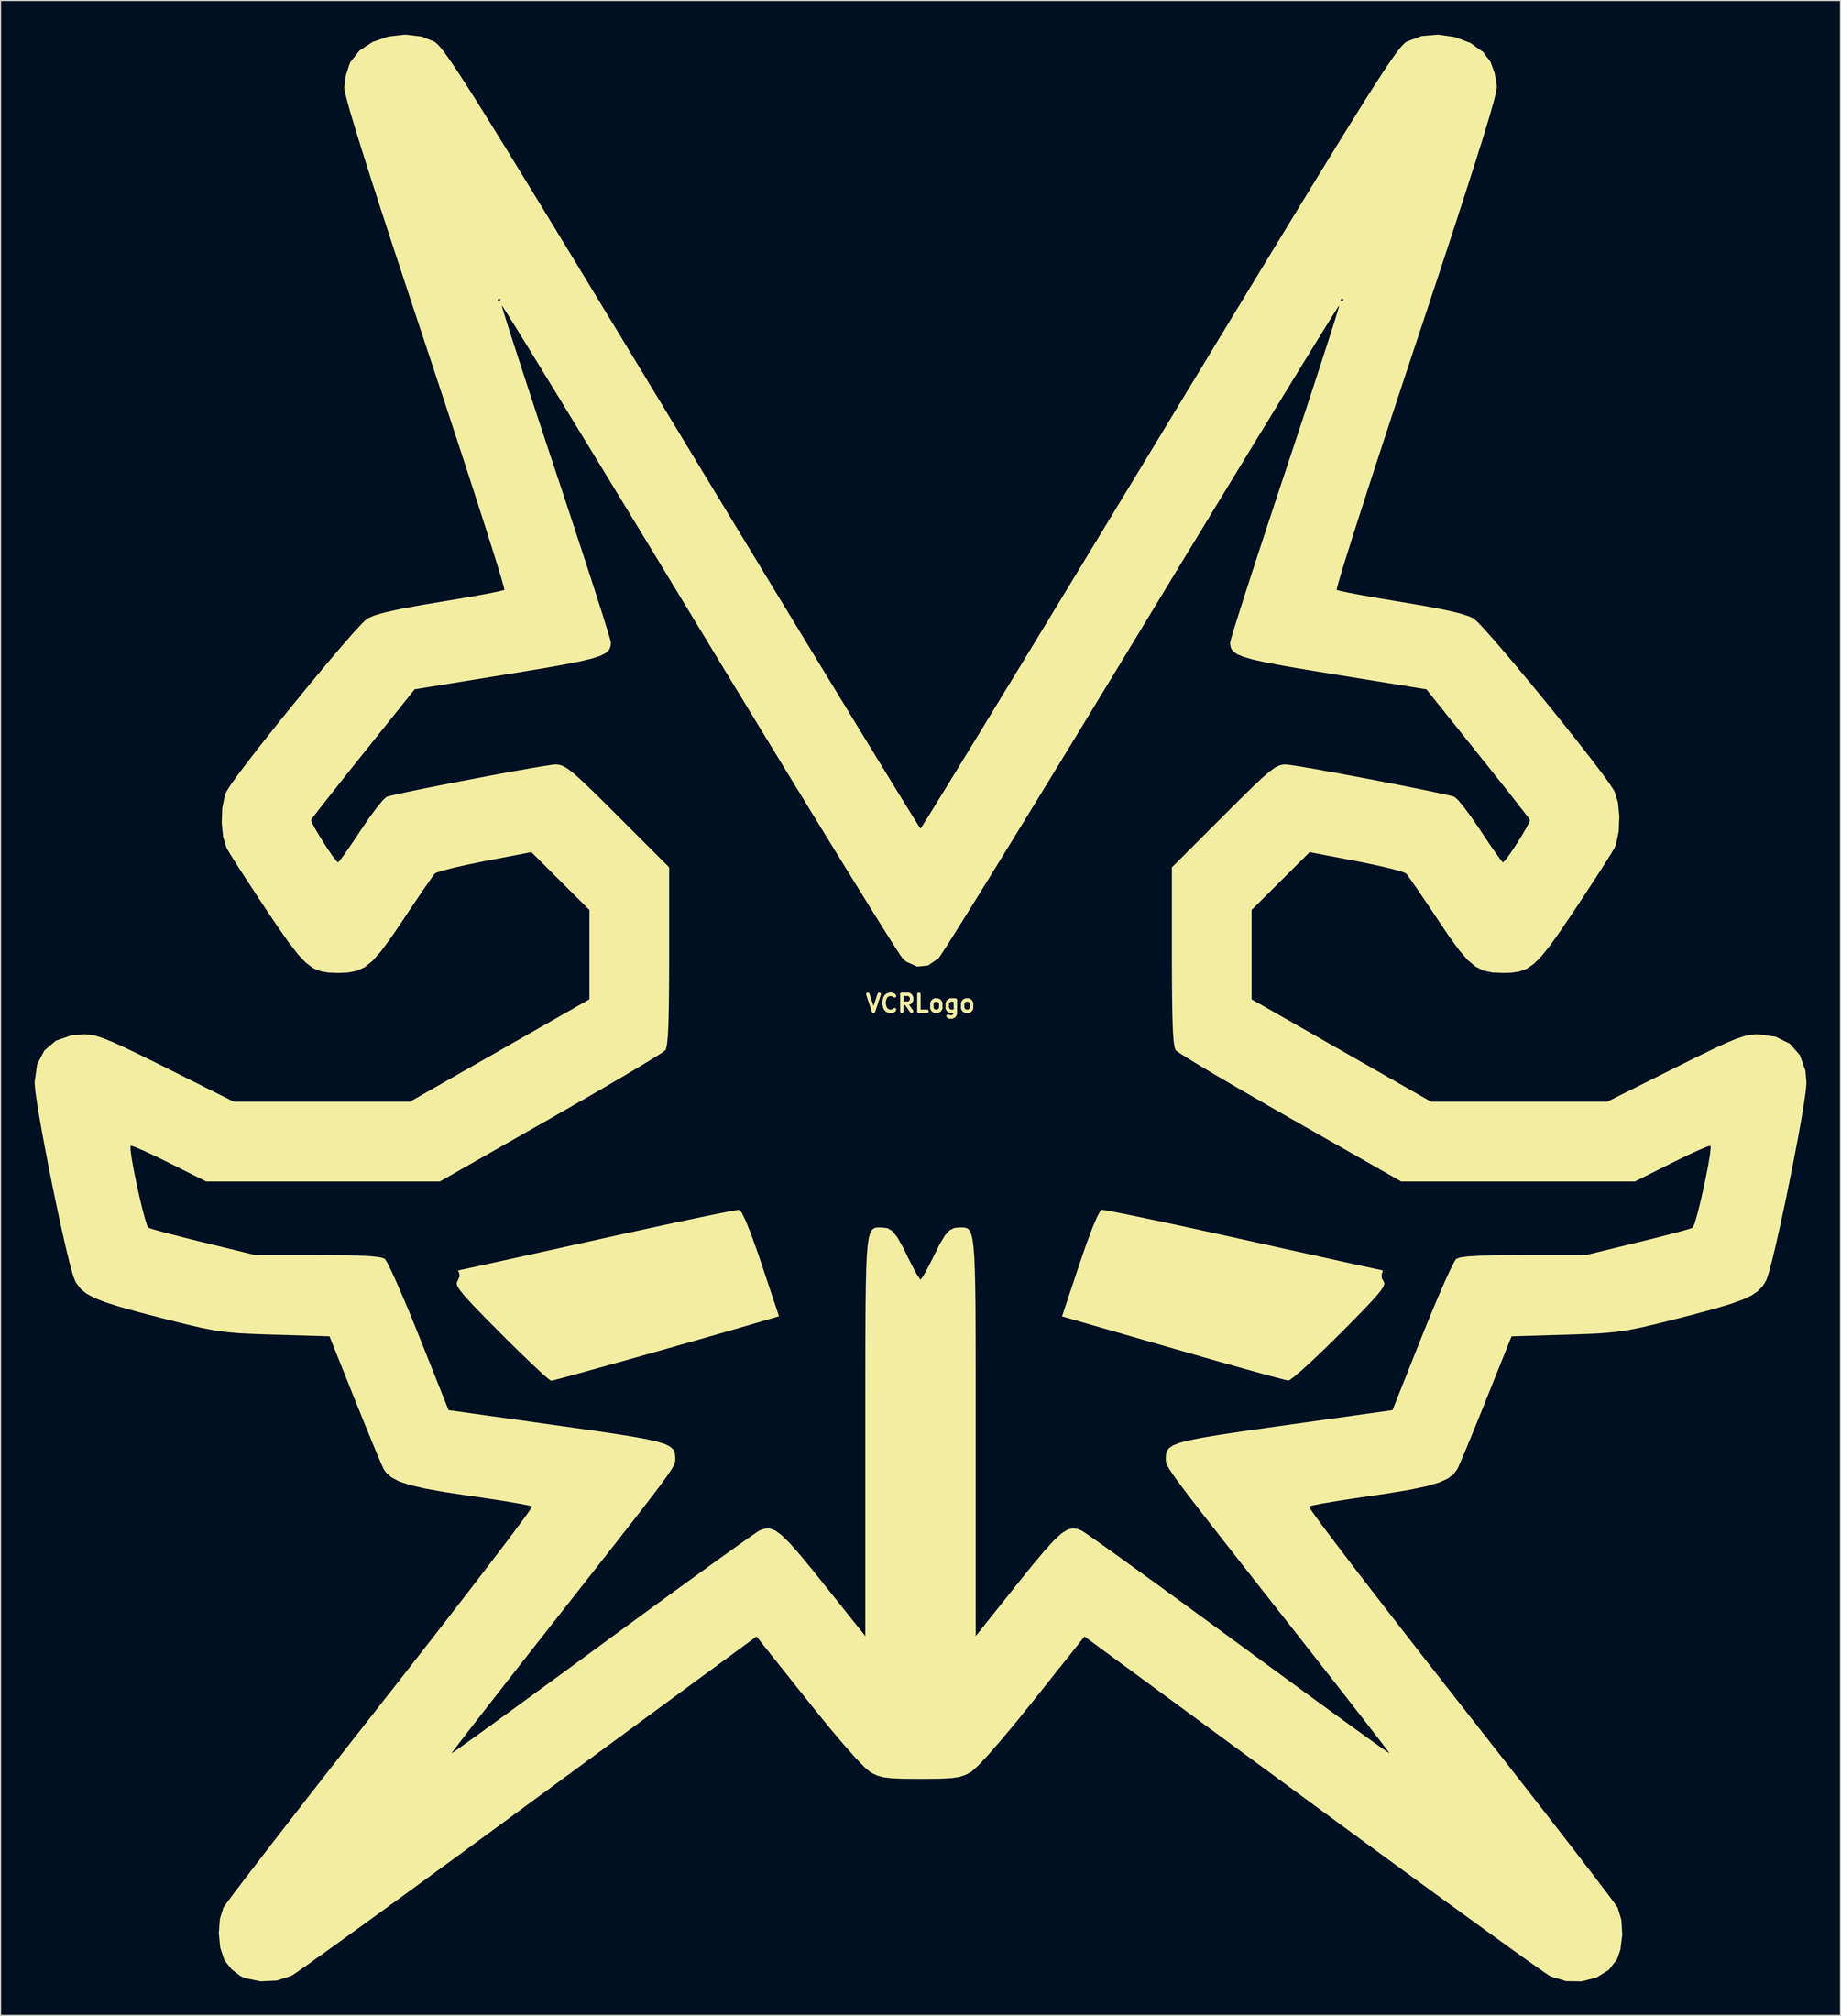
<source format=kicad_pcb>
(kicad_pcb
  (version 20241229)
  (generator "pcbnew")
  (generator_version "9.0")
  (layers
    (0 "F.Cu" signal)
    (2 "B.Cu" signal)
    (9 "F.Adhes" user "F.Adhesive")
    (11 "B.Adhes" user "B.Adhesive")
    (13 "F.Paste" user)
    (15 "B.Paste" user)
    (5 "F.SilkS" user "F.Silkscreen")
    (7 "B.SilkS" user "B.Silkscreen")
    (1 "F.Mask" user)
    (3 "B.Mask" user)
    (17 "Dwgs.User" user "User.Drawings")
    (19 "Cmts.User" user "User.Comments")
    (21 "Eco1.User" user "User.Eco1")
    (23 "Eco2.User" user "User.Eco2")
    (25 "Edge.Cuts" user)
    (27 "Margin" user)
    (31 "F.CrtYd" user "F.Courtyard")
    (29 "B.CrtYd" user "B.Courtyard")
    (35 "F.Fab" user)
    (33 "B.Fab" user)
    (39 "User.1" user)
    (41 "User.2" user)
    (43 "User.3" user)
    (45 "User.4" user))
  (footprint "VCRLogo"
    (layer "F.Cu")
    (at 78.092 85.391)
    (property "Reference" "VCRLogo" (at 0 0 0) (layer "F.SilkS") (effects (font (size 1.5 1.5) (thickness 0.3))))
    (attr board_only exclude_from_pos_files exclude_from_bom)
    (fp_poly (pts (xy -15.74 18.448) (xy -15.384 19.199) (xy -14.918 20.371) (xy -14.362 21.916) (xy -14.029 22.896) (xy -12.474 27.552) (xy -14.276 28.082) (xy -15.77 28.519) (xy -17.499 29.019) (xy -19.393 29.563) (xy -21.385 30.131) (xy -23.405 30.704) (xy -25.384 31.264) (xy -27.254 31.789) (xy -28.946 32.262) (xy -30.392 32.662) (xy -31.522 32.971) (xy -32.268 33.169) (xy -32.56 33.236) (xy -32.824 33.053) (xy -33.409 32.54) (xy -34.254 31.752) (xy -35.301 30.745) (xy -36.491 29.575) (xy -37.002 29.065) (xy -38.385 27.671) (xy -39.419 26.604) (xy -40.146 25.814) (xy -40.606 25.252) (xy -40.839 24.869) (xy -40.888 24.617) (xy -40.826 24.483) (xy -40.621 24.019) (xy -40.66 23.791) (xy -40.762 23.528) (xy -40.739 23.509) (xy -40.464 23.452) (xy -39.714 23.289) (xy -38.542 23.031) (xy -37 22.691) (xy -35.141 22.279) (xy -33.018 21.808) (xy -30.682 21.288) (xy -28.496 20.802) (xy -26.005 20.25) (xy -23.67 19.739) (xy -21.545 19.281) (xy -19.684 18.886) (xy -18.14 18.566) (xy -16.969 18.333) (xy -16.224 18.197) (xy -15.966 18.167)) (stroke (width 0) (type solid)) (fill yes) (layer "F.SilkS"))
    (fp_poly (pts (xy 16.301 18.21) (xy 17.108 18.36) (xy 18.335 18.606) (xy 19.926 18.937) (xy 21.828 19.341) (xy 23.985 19.808) (xy 26.345 20.325) (xy 28.496 20.802) (xy 30.974 21.354) (xy 33.287 21.868) (xy 35.382 22.332) (xy 37.205 22.736) (xy 38.705 23.067) (xy 39.828 23.314) (xy 40.524 23.464) (xy 40.739 23.509) (xy 40.717 23.687) (xy 40.66 23.791) (xy 40.665 24.205) (xy 40.826 24.483) (xy 40.891 24.668) (xy 40.802 24.947) (xy 40.517 25.368) (xy 39.997 25.981) (xy 39.2 26.833) (xy 38.086 27.974) (xy 37.002 29.065) (xy 35.763 30.287) (xy 34.634 31.366) (xy 33.674 32.246) (xy 32.945 32.872) (xy 32.508 33.189) (xy 32.429 33.217) (xy 32.077 33.14) (xy 31.272 32.93) (xy 30.079 32.606) (xy 28.565 32.185) (xy 26.795 31.686) (xy 24.835 31.128) (xy 23.779 30.824) (xy 21.68 30.219) (xy 19.679 29.643) (xy 17.853 29.116) (xy 16.281 28.662) (xy 15.04 28.304) (xy 14.209 28.064) (xy 14.005 28.005) (xy 12.472 27.559) (xy 14.028 22.899) (xy 14.624 21.171) (xy 15.142 19.789) (xy 15.56 18.802) (xy 15.86 18.259) (xy 15.966 18.167)) (stroke (width 0) (type solid)) (fill yes) (layer "F.SilkS"))
    (fp_poly (pts (xy -43.974 -85.219) (xy -42.864 -84.775) (xy -42.7 -84.658) (xy -42.5 -84.466) (xy -42.248 -84.176) (xy -41.933 -83.767) (xy -41.539 -83.218) (xy -41.054 -82.506) (xy -40.463 -81.609) (xy -39.754 -80.506) (xy -38.912 -79.174) (xy -37.924 -77.593) (xy -36.775 -75.739) (xy -35.454 -73.592) (xy -33.945 -71.13) (xy -32.235 -68.33) (xy -30.31 -65.171) (xy -28.158 -61.631) (xy -25.763 -57.688) (xy -23.113 -53.32) (xy -20.977 -49.797) (xy -18.583 -45.85) (xy -16.264 -42.03) (xy -14.037 -38.365) (xy -11.918 -34.878) (xy -9.92 -31.595) (xy -8.06 -28.542) (xy -6.354 -25.744) (xy -4.817 -23.226) (xy -3.464 -21.014) (xy -2.311 -19.134) (xy -1.373 -17.609) (xy -0.666 -16.467) (xy -0.206 -15.732) (xy -0.007 -15.429) (xy 0 -15.423) (xy 0.153 -15.649) (xy 0.571 -16.313) (xy 1.237 -17.389) (xy 2.137 -18.85) (xy 3.255 -20.673) (xy 4.575 -22.83) (xy 6.082 -25.298) (xy 7.761 -28.051) (xy 9.596 -31.062) (xy 11.571 -34.308) (xy 13.671 -37.762) (xy 15.881 -41.399) (xy 18.185 -45.195) (xy 20.568 -49.122) (xy 20.977 -49.797) (xy 23.825 -54.493) (xy 26.407 -58.749) (xy 28.391 -62.014) (xy 37.019 -62.014) (xy 37.154 -61.879) (xy 37.289 -62.014) (xy 37.154 -62.149) (xy 37.019 -62.014) (xy 28.391 -62.014) (xy 28.738 -62.585) (xy 30.83 -66.025) (xy 32.698 -69.089) (xy 34.354 -71.799) (xy 35.813 -74.178) (xy 37.089 -76.247) (xy 38.194 -78.027) (xy 39.143 -79.542) (xy 39.95 -80.812) (xy 40.627 -81.86) (xy 41.189 -82.707) (xy 41.649 -83.375) (xy 42.021 -83.886) (xy 42.319 -84.262) (xy 42.556 -84.524) (xy 42.746 -84.695) (xy 42.864 -84.775) (xy 44.173 -85.266) (xy 45.634 -85.387) (xy 47.113 -85.172) (xy 48.475 -84.651) (xy 49.589 -83.858) (xy 50.244 -82.986) (xy 50.604 -82.004) (xy 50.792 -80.948) (xy 50.8 -80.735) (xy 50.725 -80.274) (xy 50.499 -79.387) (xy 50.119 -78.064) (xy 49.581 -76.296) (xy 48.881 -74.072) (xy 48.018 -71.383) (xy 46.988 -68.218) (xy 45.788 -64.568) (xy 44.414 -60.423) (xy 43.642 -58.104) (xy 42.554 -54.833) (xy 41.522 -51.708) (xy 40.556 -48.77) (xy 39.669 -46.055) (xy 38.875 -43.601) (xy 38.183 -41.446) (xy 37.608 -39.629) (xy 37.16 -38.186) (xy 36.853 -37.156) (xy 36.698 -36.577) (xy 36.684 -36.46) (xy 37 -36.366) (xy 37.767 -36.204) (xy 38.902 -35.989) (xy 40.322 -35.737) (xy 41.944 -35.463) (xy 42.336 -35.399) (xy 44.539 -35.024) (xy 46.249 -34.693) (xy 47.51 -34.396) (xy 48.368 -34.122) (xy 48.748 -33.942) (xy 49.124 -33.609) (xy 49.781 -32.91) (xy 50.668 -31.907) (xy 51.735 -30.663) (xy 52.932 -29.239) (xy 54.208 -27.697) (xy 55.513 -26.099) (xy 56.796 -24.506) (xy 58.008 -22.98) (xy 59.097 -21.583) (xy 60.014 -20.378) (xy 60.707 -19.425) (xy 61.127 -18.786) (xy 61.177 -18.696) (xy 61.477 -17.727) (xy 61.6 -16.479) (xy 61.546 -15.183) (xy 61.316 -14.068) (xy 61.169 -13.715) (xy 60.887 -13.234) (xy 60.357 -12.388) (xy 59.632 -11.259) (xy 58.766 -9.931) (xy 57.813 -8.488) (xy 57.643 -8.233) (xy 56.471 -6.496) (xy 55.525 -5.164) (xy 54.743 -4.185) (xy 54.065 -3.504) (xy 53.43 -3.069) (xy 52.777 -2.826) (xy 52.046 -2.721) (xy 51.34 -2.702) (xy 50.416 -2.743) (xy 49.64 -2.905) (xy 48.941 -3.247) (xy 48.247 -3.826) (xy 47.487 -4.702) (xy 46.589 -5.933) (xy 45.606 -7.389) (xy 44.754 -8.666) (xy 43.989 -9.796) (xy 43.369 -10.697) (xy 42.949 -11.286) (xy 42.802 -11.47) (xy 42.445 -11.622) (xy 41.655 -11.846) (xy 40.532 -12.115) (xy 39.177 -12.405) (xy 38.403 -12.559) (xy 34.301 -13.349) (xy 31.742 -10.8) (xy 29.183 -8.252) (xy 29.183 -4.316) (xy 29.183 -0.38) (xy 37.094 4.133) (xy 45.005 8.647) (xy 52.769 8.647) (xy 60.532 8.647) (xy 66.472 5.674) (xy 68.372 4.73) (xy 69.862 4.006) (xy 71.013 3.474) (xy 71.893 3.107) (xy 72.573 2.875) (xy 73.122 2.75) (xy 73.611 2.705) (xy 73.777 2.702) (xy 75.374 2.915) (xy 76.628 3.538) (xy 77.513 4.543) (xy 78 5.905) (xy 78.092 6.967) (xy 78.036 7.657) (xy 77.879 8.769) (xy 77.638 10.218) (xy 77.33 11.918) (xy 76.974 13.785) (xy 76.586 15.732) (xy 76.184 17.675) (xy 75.785 19.528) (xy 75.407 21.205) (xy 75.067 22.622) (xy 74.782 23.692) (xy 74.57 24.331) (xy 74.541 24.393) (xy 74.236 24.892) (xy 73.832 25.322) (xy 73.264 25.71) (xy 72.466 26.087) (xy 71.373 26.478) (xy 69.92 26.913) (xy 68.042 27.419) (xy 66.743 27.754) (xy 64.956 28.204) (xy 63.548 28.537) (xy 62.374 28.773) (xy 61.29 28.933) (xy 60.153 29.039) (xy 58.818 29.109) (xy 57.141 29.167) (xy 56.92 29.173) (xy 52.097 29.318) (xy 49.876 34.857) (xy 49.21 36.51) (xy 48.593 38.023) (xy 48.059 39.313) (xy 47.644 40.297) (xy 47.381 40.894) (xy 47.327 41.004) (xy 46.982 41.469) (xy 46.451 41.866) (xy 45.671 42.213) (xy 44.582 42.532) (xy 43.119 42.84) (xy 41.22 43.157) (xy 39.721 43.379) (xy 38.09 43.618) (xy 36.643 43.844) (xy 35.465 44.044) (xy 34.641 44.201) (xy 34.255 44.302) (xy 34.242 44.31) (xy 34.372 44.546) (xy 34.813 45.173) (xy 35.54 46.16) (xy 36.529 47.476) (xy 37.755 49.088) (xy 39.193 50.963) (xy 40.82 53.071) (xy 42.611 55.379) (xy 44.541 57.855) (xy 46.585 60.468) (xy 47.528 61.669) (xy 49.633 64.351) (xy 51.648 66.926) (xy 53.547 69.358) (xy 55.303 71.615) (xy 56.892 73.662) (xy 58.286 75.467) (xy 59.459 76.995) (xy 60.387 78.214) (xy 61.042 79.088) (xy 61.398 79.585) (xy 61.452 79.671) (xy 61.779 80.744) (xy 61.858 82.056) (xy 61.69 83.366) (xy 61.411 84.189) (xy 60.673 85.149) (xy 59.592 85.817) (xy 58.297 86.159) (xy 56.919 86.143) (xy 55.588 85.738) (xy 55.45 85.668) (xy 55.089 85.433) (xy 54.325 84.901) (xy 53.19 84.095) (xy 51.718 83.039) (xy 49.941 81.756) (xy 47.891 80.271) (xy 45.6 78.606) (xy 43.101 76.785) (xy 40.427 74.832) (xy 37.61 72.769) (xy 34.682 70.622) (xy 34.452 70.453) (xy 14.456 55.768) (xy 9.925 61.458) (xy 8.432 63.308) (xy 7.112 64.89) (xy 6 66.166) (xy 5.131 67.097) (xy 4.537 67.644) (xy 4.409 67.733) (xy 3.934 67.98) (xy 3.419 68.147) (xy 2.748 68.248) (xy 1.803 68.3) (xy 0.468 68.317) (xy 0 68.317) (xy -1.467 68.307) (xy -2.511 68.267) (xy -3.249 68.182) (xy -3.796 68.035) (xy -4.271 67.812) (xy -4.409 67.733) (xy -4.905 67.319) (xy -5.689 66.509) (xy -6.725 65.342) (xy -7.981 63.855) (xy -9.421 62.088) (xy -9.925 61.458) (xy -14.456 55.768) (xy -34.452 70.453) (xy -37.387 72.607) (xy -40.214 74.676) (xy -42.901 76.639) (xy -45.414 78.471) (xy -47.722 80.149) (xy -49.792 81.649) (xy -51.592 82.948) (xy -53.089 84.022) (xy -54.25 84.848) (xy -55.044 85.402) (xy -55.438 85.661) (xy -55.45 85.668) (xy -56.727 86.086) (xy -58.161 86.158) (xy -59.514 85.883) (xy -59.96 85.686) (xy -60.726 85.097) (xy -61.338 84.331) (xy -61.367 84.279) (xy -61.726 83.202) (xy -61.856 81.902) (xy -61.753 80.62) (xy -61.452 79.671) (xy -61.221 79.333) (xy -60.682 78.605) (xy -59.86 77.52) (xy -58.781 76.111) (xy -57.472 74.412) (xy -55.958 72.457) (xy -54.265 70.28) (xy -52.42 67.913) (xy -50.448 65.391) (xy -48.376 62.748) (xy -47.528 61.669) (xy -45.44 59.006) (xy -43.456 56.465) (xy -41.6 54.078) (xy -39.897 51.877) (xy -38.372 49.894) (xy -37.048 48.16) (xy -35.95 46.709) (xy -35.104 45.571) (xy -34.532 44.779) (xy -34.26 44.365) (xy -34.242 44.31) (xy -34.563 44.218) (xy -35.335 44.067) (xy -36.471 43.872) (xy -37.888 43.649) (xy -39.5 43.41) (xy -39.721 43.379) (xy -41.937 43.044) (xy -43.676 42.732) (xy -45.002 42.423) (xy -45.976 42.096) (xy -46.661 41.734) (xy -47.12 41.315) (xy -47.327 41.004) (xy -47.522 40.581) (xy -47.881 39.738) (xy -48.373 38.557) (xy -48.961 37.122) (xy -49.612 35.514) (xy -49.876 34.857) (xy -52.097 29.318) (xy -56.92 29.173) (xy -58.646 29.116) (xy -60.013 29.048) (xy -61.165 28.948) (xy -62.248 28.795) (xy -63.404 28.569) (xy -64.778 28.248) (xy -66.514 27.812) (xy -66.743 27.754) (xy -68.895 27.194) (xy -70.585 26.721) (xy -71.877 26.308) (xy -72.837 25.927) (xy -73.529 25.549) (xy -74.02 25.146) (xy -74.374 24.69) (xy -74.541 24.393) (xy -74.739 23.839) (xy -75.012 22.838) (xy -75.344 21.476) (xy -75.717 19.837) (xy -76.114 18.008) (xy -76.517 16.073) (xy -76.908 14.118) (xy -77.153 12.844) (xy -69.644 12.844) (xy -69.549 13.565) (xy -69.371 14.567) (xy -69.136 15.731) (xy -68.871 16.935) (xy -68.602 18.059) (xy -68.355 18.981) (xy -68.157 19.582) (xy -68.062 19.745) (xy -67.712 19.867) (xy -66.929 20.09) (xy -65.804 20.389) (xy -64.429 20.74) (xy -63.206 21.043) (xy -58.648 22.157) (xy -53.155 22.157) (xy -51.078 22.169) (xy -49.495 22.204) (xy -48.359 22.266) (xy -47.624 22.357) (xy -47.243 22.48) (xy -47.221 22.495) (xy -47.005 22.83) (xy -46.625 23.598) (xy -46.113 24.727) (xy -45.499 26.147) (xy -44.816 27.787) (xy -44.193 29.327) (xy -41.604 35.821) (xy -32.084 37.163) (xy -29.442 37.538) (xy -27.287 37.854) (xy -25.568 38.125) (xy -24.236 38.365) (xy -23.243 38.587) (xy -22.539 38.806) (xy -22.073 39.036) (xy -21.798 39.29) (xy -21.663 39.582) (xy -21.62 39.927) (xy -21.617 40.11) (xy -21.62 40.262) (xy -21.644 40.42) (xy -21.714 40.617) (xy -21.851 40.882) (xy -22.081 41.248) (xy -22.425 41.747) (xy -22.909 42.408) (xy -23.555 43.265) (xy -24.387 44.349) (xy -25.427 45.69) (xy -26.701 47.32) (xy -28.231 49.271) (xy -30.04 51.574) (xy -32.152 54.26) (xy -32.89 55.198) (xy -34.536 57.293) (xy -36.076 59.258) (xy -37.48 61.053) (xy -38.714 62.636) (xy -39.747 63.966) (xy -40.549 65.005) (xy -41.088 65.711) (xy -41.331 66.043) (xy -41.343 66.063) (xy -41.131 65.929) (xy -40.522 65.501) (xy -39.552 64.808) (xy -38.258 63.875) (xy -36.679 62.73) (xy -34.85 61.401) (xy -32.811 59.913) (xy -30.597 58.295) (xy -28.247 56.572) (xy -28.072 56.444) (xy -25.692 54.7) (xy -23.428 53.048) (xy -21.32 51.514) (xy -19.408 50.129) (xy -17.733 48.92) (xy -16.332 47.917) (xy -15.247 47.147) (xy -14.516 46.64) (xy -14.179 46.424) (xy -14.176 46.423) (xy -13.721 46.264) (xy -13.28 46.253) (xy -12.805 46.432) (xy -12.242 46.844) (xy -11.543 47.531) (xy -10.656 48.536) (xy -9.531 49.899) (xy -8.568 51.098) (xy -4.864 55.737) (xy -4.864 38.156) (xy -4.864 34.552) (xy -4.863 31.45) (xy -4.857 28.814) (xy -4.844 26.605) (xy -4.82 24.786) (xy -4.783 23.318) (xy -4.729 22.165) (xy -4.655 21.288) (xy -4.558 20.65) (xy -4.436 20.213) (xy -4.285 19.94) (xy -4.102 19.792) (xy -3.884 19.732) (xy -3.628 19.722) (xy -3.378 19.726) (xy -2.894 19.791) (xy -2.478 20.043) (xy -2.058 20.567) (xy -1.561 21.445) (xy -1.096 22.384) (xy -0.642 23.288) (xy -0.264 23.967) (xy -0.03 24.302) (xy 0 24.319) (xy 0.186 24.093) (xy 0.532 23.494) (xy 0.973 22.637) (xy 1.096 22.384) (xy 1.697 21.186) (xy 2.168 20.405) (xy 2.58 19.958) (xy 3.006 19.76) (xy 3.378 19.726) (xy 3.668 19.722) (xy 3.918 19.737) (xy 4.131 19.807) (xy 4.309 19.971) (xy 4.456 20.267) (xy 4.574 20.731) (xy 4.667 21.402) (xy 4.738 22.318) (xy 4.789 23.515) (xy 4.825 25.033) (xy 4.847 26.907) (xy 4.858 29.177) (xy 4.863 31.88) (xy 4.864 35.054) (xy 4.864 38.156) (xy 4.864 55.737) (xy 8.568 51.098) (xy 9.892 49.455) (xy 10.942 48.203) (xy 11.768 47.297) (xy 12.421 46.696) (xy 12.952 46.357) (xy 13.412 46.238) (xy 13.852 46.298) (xy 14.176 46.423) (xy 14.501 46.63) (xy 15.222 47.13) (xy 16.299 47.893) (xy 17.691 48.89) (xy 19.36 50.094) (xy 21.266 51.475) (xy 23.369 53.005) (xy 25.629 54.655) (xy 28.007 56.397) (xy 28.072 56.444) (xy 30.431 58.173) (xy 32.656 59.8) (xy 34.709 61.298) (xy 36.554 62.64) (xy 38.153 63.799) (xy 39.468 64.748) (xy 40.463 65.46) (xy 41.1 65.907) (xy 41.341 66.064) (xy 41.343 66.063) (xy 41.181 65.834) (xy 40.715 65.221) (xy 39.979 64.265) (xy 39.002 63.006) (xy 37.817 61.485) (xy 36.454 59.741) (xy 34.946 57.816) (xy 33.325 55.751) (xy 32.89 55.198) (xy 30.676 52.383) (xy 28.773 49.962) (xy 27.157 47.903) (xy 25.805 46.174) (xy 24.693 44.745) (xy 23.798 43.583) (xy 23.095 42.658) (xy 22.563 41.937) (xy 22.176 41.39) (xy 21.913 40.986) (xy 21.749 40.692) (xy 21.66 40.477) (xy 21.624 40.31) (xy 21.617 40.16) (xy 21.617 40.11) (xy 21.635 39.737) (xy 21.72 39.421) (xy 21.923 39.151) (xy 22.293 38.912) (xy 22.879 38.689) (xy 23.731 38.47) (xy 24.897 38.241) (xy 26.428 37.986) (xy 28.372 37.693) (xy 30.779 37.348) (xy 32.084 37.163) (xy 41.604 35.821) (xy 44.193 29.327) (xy 44.911 27.555) (xy 45.586 25.942) (xy 46.188 24.557) (xy 46.685 23.472) (xy 47.045 22.758) (xy 47.221 22.495) (xy 47.568 22.368) (xy 48.263 22.274) (xy 49.354 22.209) (xy 50.888 22.171) (xy 52.91 22.158) (xy 53.155 22.157) (xy 58.648 22.157) (xy 63.206 21.043) (xy 64.715 20.668) (xy 66.048 20.325) (xy 67.113 20.039) (xy 67.818 19.834) (xy 68.062 19.745) (xy 68.212 19.436) (xy 68.428 18.721) (xy 68.685 17.723) (xy 68.956 16.561) (xy 69.214 15.357) (xy 69.434 14.231) (xy 69.589 13.303) (xy 69.653 12.695) (xy 69.631 12.526) (xy 69.356 12.593) (xy 68.692 12.866) (xy 67.732 13.305) (xy 66.567 13.869) (xy 66.235 14.035) (xy 62.968 15.672) (xy 52.67 15.672) (xy 42.371 15.672) (xy 32.602 10.108) (xy 30.494 8.902) (xy 28.525 7.764) (xy 26.748 6.727) (xy 25.214 5.82) (xy 23.973 5.073) (xy 23.077 4.517) (xy 22.578 4.183) (xy 22.495 4.112) (xy 22.39 3.828) (xy 22.307 3.248) (xy 22.244 2.326) (xy 22.199 1.018) (xy 22.172 -0.72) (xy 22.159 -2.933) (xy 22.157 -4.164) (xy 22.157 -12.007) (xy 26.692 -16.542) (xy 28.14 -17.984) (xy 29.265 -19.086) (xy 30.122 -19.891) (xy 30.765 -20.447) (xy 31.25 -20.798) (xy 31.632 -20.989) (xy 31.964 -21.066) (xy 32.179 -21.077) (xy 32.64 -21.025) (xy 33.541 -20.883) (xy 34.793 -20.666) (xy 36.307 -20.392) (xy 37.993 -20.078) (xy 39.763 -19.742) (xy 41.526 -19.399) (xy 43.195 -19.068) (xy 44.679 -18.766) (xy 45.889 -18.508) (xy 46.737 -18.314) (xy 47.053 -18.228) (xy 47.365 -17.958) (xy 47.892 -17.323) (xy 48.563 -16.416) (xy 49.306 -15.332) (xy 49.351 -15.263) (xy 50.065 -14.191) (xy 50.674 -13.306) (xy 51.117 -12.695) (xy 51.334 -12.442) (xy 51.34 -12.44) (xy 51.562 -12.653) (xy 51.965 -13.2) (xy 52.464 -13.945) (xy 52.973 -14.753) (xy 53.405 -15.489) (xy 53.675 -16.016) (xy 53.72 -16.19) (xy 53.536 -16.448) (xy 53.057 -17.07) (xy 52.331 -17.999) (xy 51.4 -19.178) (xy 50.31 -20.549) (xy 49.115 -22.046) (xy 44.593 -27.697) (xy 36.438 -29.025) (xy 33.98 -29.43) (xy 32.003 -29.771) (xy 30.456 -30.063) (xy 29.288 -30.324) (xy 28.446 -30.568) (xy 27.877 -30.812) (xy 27.531 -31.071) (xy 27.354 -31.362) (xy 27.294 -31.7) (xy 27.291 -31.82) (xy 27.375 -32.158) (xy 27.615 -32.961) (xy 27.997 -34.182) (xy 28.505 -35.772) (xy 29.123 -37.685) (xy 29.837 -39.872) (xy 30.631 -42.287) (xy 31.49 -44.882) (xy 32.15 -46.867) (xy 33.043 -49.55) (xy 33.879 -52.076) (xy 34.644 -54.4) (xy 35.323 -56.476) (xy 35.9 -58.257) (xy 36.362 -59.698) (xy 36.693 -60.754) (xy 36.879 -61.377) (xy 36.913 -61.534) (xy 36.764 -61.32) (xy 36.351 -60.671) (xy 35.693 -59.616) (xy 34.806 -58.181) (xy 33.707 -56.396) (xy 32.413 -54.286) (xy 30.942 -51.881) (xy 29.309 -49.209) (xy 27.532 -46.296) (xy 25.629 -43.17) (xy 23.616 -39.86) (xy 21.509 -36.393) (xy 19.559 -33.18) (xy 17.371 -29.577) (xy 15.252 -26.094) (xy 13.22 -22.761) (xy 11.292 -19.605) (xy 9.485 -16.656) (xy 7.819 -13.943) (xy 6.31 -11.494) (xy 4.977 -9.339) (xy 3.837 -7.506) (xy 2.908 -6.025) (xy 2.208 -4.923) (xy 1.755 -4.231) (xy 1.576 -3.986) (xy 0.662 -3.361) (xy -0.303 -3.263) (xy -1.245 -3.69) (xy -1.576 -3.986) (xy -1.806 -4.307) (xy -2.298 -5.063) (xy -3.033 -6.223) (xy -3.995 -7.759) (xy -5.165 -9.642) (xy -6.526 -11.843) (xy -8.059 -14.333) (xy -9.747 -17.083) (xy -11.573 -20.065) (xy -13.518 -23.249) (xy -15.565 -26.607) (xy -17.695 -30.11) (xy -19.559 -33.18) (xy -21.734 -36.763) (xy -23.831 -40.215) (xy -25.834 -43.507) (xy -27.725 -46.611) (xy -29.487 -49.5) (xy -31.104 -52.147) (xy -32.558 -54.522) (xy -33.832 -56.598) (xy -34.909 -58.349) (xy -35.773 -59.745) (xy -36.407 -60.759) (xy -36.792 -61.363) (xy -36.913 -61.534) (xy -36.848 -61.268) (xy -36.626 -60.535) (xy -36.261 -59.381) (xy -35.77 -57.852) (xy -35.166 -55.995) (xy -34.465 -53.855) (xy -33.681 -51.477) (xy -32.83 -48.909) (xy -32.15 -46.867) (xy -31.254 -44.17) (xy -30.411 -41.619) (xy -29.637 -39.26) (xy -28.947 -37.142) (xy -28.357 -35.311) (xy -27.881 -33.816) (xy -27.536 -32.703) (xy -27.337 -32.02) (xy -27.291 -31.82) (xy -27.325 -31.464) (xy -27.459 -31.16) (xy -27.746 -30.892) (xy -28.238 -30.645) (xy -28.988 -30.403) (xy -30.047 -30.149) (xy -31.468 -29.868) (xy -33.302 -29.544) (xy -35.602 -29.161) (xy -36.438 -29.025) (xy -44.593 -27.697) (xy -49.115 -22.046) (xy -50.318 -20.54) (xy -51.407 -19.169) (xy -52.336 -17.992) (xy -53.061 -17.065) (xy -53.538 -16.445) (xy -53.72 -16.19) (xy -53.619 -15.895) (xy -53.294 -15.294) (xy -52.832 -14.524) (xy -52.317 -13.72) (xy -51.837 -13.018) (xy -51.477 -12.552) (xy -51.34 -12.44) (xy -51.15 -12.652) (xy -50.726 -13.233) (xy -50.131 -14.094) (xy -49.424 -15.152) (xy -49.351 -15.263) (xy -48.606 -16.356) (xy -47.929 -17.275) (xy -47.391 -17.929) (xy -47.064 -18.224) (xy -47.053 -18.228) (xy -46.491 -18.372) (xy -45.509 -18.591) (xy -44.194 -18.866) (xy -42.636 -19.18) (xy -40.925 -19.517) (xy -39.149 -19.859) (xy -37.398 -20.19) (xy -35.761 -20.492) (xy -34.328 -20.748) (xy -33.187 -20.941) (xy -32.427 -21.054) (xy -32.179 -21.077) (xy -31.849 -21.049) (xy -31.506 -20.937) (xy -31.095 -20.695) (xy -30.56 -20.278) (xy -29.848 -19.639) (xy -28.904 -18.735) (xy -27.671 -17.519) (xy -26.692 -16.542) (xy -22.157 -12.007) (xy -22.157 -4.164) (xy -22.164 -1.71) (xy -22.184 0.249) (xy -22.22 1.755) (xy -22.274 2.855) (xy -22.348 3.592) (xy -22.442 4.011) (xy -22.495 4.112) (xy -22.797 4.335) (xy -23.518 4.794) (xy -24.607 5.457) (xy -26.014 6.295) (xy -27.686 7.276) (xy -29.574 8.372) (xy -31.625 9.55) (xy -32.602 10.108) (xy -42.371 15.672) (xy -52.67 15.672) (xy -62.968 15.672) (xy -66.235 14.035) (xy -67.439 13.445) (xy -68.463 12.968) (xy -69.214 12.647) (xy -69.601 12.521) (xy -69.631 12.526) (xy -69.644 12.844) (xy -77.153 12.844) (xy -77.271 12.229) (xy -77.588 10.49) (xy -77.842 8.988) (xy -78.015 7.808) (xy -78.09 7.034) (xy -78.092 6.947) (xy -77.875 5.377) (xy -77.241 4.143) (xy -76.22 3.273) (xy -74.838 2.793) (xy -73.757 2.702) (xy -73.276 2.729) (xy -72.751 2.827) (xy -72.114 3.025) (xy -71.295 3.352) (xy -70.224 3.835) (xy -68.832 4.504) (xy -67.049 5.386) (xy -66.472 5.674) (xy -60.532 8.647) (xy -52.769 8.647) (xy -45.005 8.647) (xy -37.094 4.133) (xy -29.183 -0.38) (xy -29.183 -4.316) (xy -29.183 -8.252) (xy -31.742 -10.8) (xy -34.301 -13.349) (xy -38.403 -12.559) (xy -39.842 -12.267) (xy -41.099 -11.983) (xy -42.077 -11.733) (xy -42.674 -11.54) (xy -42.802 -11.47) (xy -43.045 -11.153) (xy -43.528 -10.467) (xy -44.196 -9.492) (xy -44.991 -8.312) (xy -45.606 -7.389) (xy -46.689 -5.789) (xy -47.57 -4.597) (xy -48.32 -3.754) (xy -49.012 -3.202) (xy -49.715 -2.881) (xy -50.503 -2.734) (xy -51.34 -2.702) (xy -52.182 -2.732) (xy -52.895 -2.856) (xy -53.54 -3.129) (xy -54.178 -3.603) (xy -54.87 -4.332) (xy -55.676 -5.369) (xy -56.657 -6.768) (xy -57.643 -8.233) (xy -58.606 -9.688) (xy -59.491 -11.041) (xy -60.244 -12.21) (xy -60.812 -13.111) (xy -61.141 -13.662) (xy -61.169 -13.715) (xy -61.472 -14.687) (xy -61.599 -15.937) (xy -61.549 -17.233) (xy -61.322 -18.344) (xy -61.177 -18.696) (xy -60.822 -19.258) (xy -60.184 -20.149) (xy -59.311 -21.305) (xy -58.255 -22.666) (xy -57.065 -24.169) (xy -55.793 -25.753) (xy -54.489 -27.355) (xy -53.202 -28.915) (xy -51.984 -30.369) (xy -50.884 -31.657) (xy -49.954 -32.717) (xy -49.243 -33.487) (xy -48.803 -33.904) (xy -48.748 -33.942) (xy -48.143 -34.205) (xy -47.165 -34.485) (xy -45.769 -34.791) (xy -43.911 -35.135) (xy -42.336 -35.399) (xy -40.68 -35.675) (xy -39.206 -35.934) (xy -37.998 -36.158) (xy -37.14 -36.334) (xy -36.713 -36.446) (xy -36.684 -36.46) (xy -36.737 -36.737) (xy -36.95 -37.489) (xy -37.311 -38.677) (xy -37.808 -40.263) (xy -38.428 -42.211) (xy -39.159 -44.481) (xy -39.989 -47.036) (xy -40.907 -49.839) (xy -41.899 -52.851) (xy -42.953 -56.035) (xy -43.642 -58.104) (xy -44.942 -62.014) (xy -37.289 -62.014) (xy -37.154 -61.879) (xy -37.019 -62.014) (xy -37.154 -62.149) (xy -37.289 -62.014) (xy -44.942 -62.014) (xy -45.106 -62.507) (xy -46.395 -66.409) (xy -47.512 -69.821) (xy -48.46 -72.753) (xy -49.243 -75.214) (xy -49.863 -77.214) (xy -50.324 -78.764) (xy -50.629 -79.873) (xy -50.78 -80.551) (xy -50.8 -80.735) (xy -50.667 -81.746) (xy -50.339 -82.783) (xy -50.244 -82.986) (xy -49.45 -83.987) (xy -48.293 -84.743) (xy -46.906 -85.222) (xy -45.422 -85.391)) (stroke (width 0) (type solid)) (fill yes) (layer "F.SilkS")))
  (gr_rect
    (start -3 -3)
    (end 159.184 174.55)
    (stroke (width 0.1) (type default))
    (fill no)
    (layer "Edge.Cuts")))
</source>
